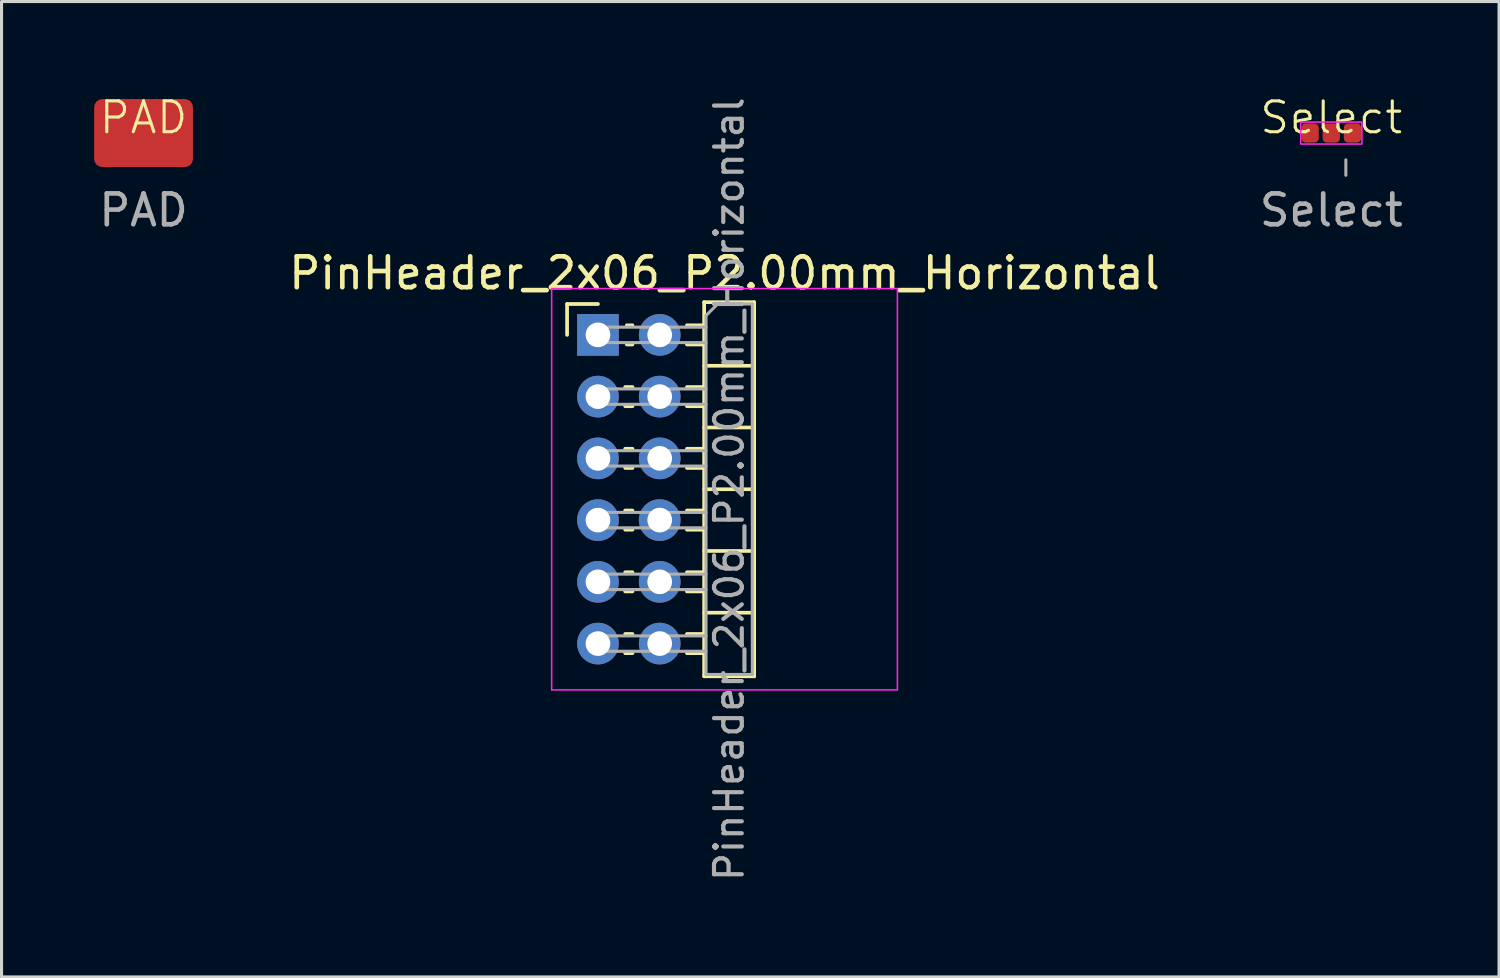
<source format=kicad_pcb>
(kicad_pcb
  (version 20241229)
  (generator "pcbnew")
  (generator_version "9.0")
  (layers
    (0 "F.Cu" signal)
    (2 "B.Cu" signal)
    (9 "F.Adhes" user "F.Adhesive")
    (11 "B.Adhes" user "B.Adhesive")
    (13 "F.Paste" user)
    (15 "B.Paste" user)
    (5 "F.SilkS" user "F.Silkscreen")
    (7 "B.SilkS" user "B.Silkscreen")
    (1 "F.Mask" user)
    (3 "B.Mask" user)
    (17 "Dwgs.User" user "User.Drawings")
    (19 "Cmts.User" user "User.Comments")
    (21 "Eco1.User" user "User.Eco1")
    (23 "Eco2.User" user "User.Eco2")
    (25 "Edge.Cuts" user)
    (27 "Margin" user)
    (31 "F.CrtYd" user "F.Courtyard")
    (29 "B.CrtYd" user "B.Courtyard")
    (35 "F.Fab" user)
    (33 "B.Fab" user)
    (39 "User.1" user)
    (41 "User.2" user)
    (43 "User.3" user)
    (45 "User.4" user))
  (footprint "PinHeader_2x06_P2.00mm_Horizontal"
    (layer "F.Cu")
    (at 16.32 7.798)
    (property "Reference" "PinHeader_2x06_P2.00mm_Horizontal" (at 4.1 -2 0) (layer "F.SilkS") (effects (font (size 1 1) (thickness 0.15))))
    (attr through_hole)
    (fp_line (start -1 -1) (end 0 -1) (stroke (width 0.12) (type solid)) (layer "F.SilkS"))
    (fp_line (start -1 0) (end -1 -1) (stroke (width 0.12) (type solid)) (layer "F.SilkS"))
    (fp_line (start 0.882 1.69) (end 1.118 1.69) (stroke (width 0.12) (type solid)) (layer "F.SilkS"))
    (fp_line (start 0.882 2.31) (end 1.118 2.31) (stroke (width 0.12) (type solid)) (layer "F.SilkS"))
    (fp_line (start 0.882 3.69) (end 1.118 3.69) (stroke (width 0.12) (type solid)) (layer "F.SilkS"))
    (fp_line (start 0.882 4.31) (end 1.118 4.31) (stroke (width 0.12) (type solid)) (layer "F.SilkS"))
    (fp_line (start 0.882 5.69) (end 1.118 5.69) (stroke (width 0.12) (type solid)) (layer "F.SilkS"))
    (fp_line (start 0.882 6.31) (end 1.118 6.31) (stroke (width 0.12) (type solid)) (layer "F.SilkS"))
    (fp_line (start 0.882 7.69) (end 1.118 7.69) (stroke (width 0.12) (type solid)) (layer "F.SilkS"))
    (fp_line (start 0.882 8.31) (end 1.118 8.31) (stroke (width 0.12) (type solid)) (layer "F.SilkS"))
    (fp_line (start 0.882 9.69) (end 1.118 9.69) (stroke (width 0.12) (type solid)) (layer "F.SilkS"))
    (fp_line (start 0.882 10.31) (end 1.118 10.31) (stroke (width 0.12) (type solid)) (layer "F.SilkS"))
    (fp_line (start 0.935 -0.31) (end 1.118 -0.31) (stroke (width 0.12) (type solid)) (layer "F.SilkS"))
    (fp_line (start 0.935 0.31) (end 1.118 0.31) (stroke (width 0.12) (type solid)) (layer "F.SilkS"))
    (fp_line (start 2.882 -0.31) (end 3.44 -0.31) (stroke (width 0.12) (type solid)) (layer "F.SilkS"))
    (fp_line (start 2.882 0.31) (end 3.44 0.31) (stroke (width 0.12) (type solid)) (layer "F.SilkS"))
    (fp_line (start 2.882 1.69) (end 3.44 1.69) (stroke (width 0.12) (type solid)) (layer "F.SilkS"))
    (fp_line (start 2.882 2.31) (end 3.44 2.31) (stroke (width 0.12) (type solid)) (layer "F.SilkS"))
    (fp_line (start 2.882 3.69) (end 3.44 3.69) (stroke (width 0.12) (type solid)) (layer "F.SilkS"))
    (fp_line (start 2.882 4.31) (end 3.44 4.31) (stroke (width 0.12) (type solid)) (layer "F.SilkS"))
    (fp_line (start 2.882 5.69) (end 3.44 5.69) (stroke (width 0.12) (type solid)) (layer "F.SilkS"))
    (fp_line (start 2.882 6.31) (end 3.44 6.31) (stroke (width 0.12) (type solid)) (layer "F.SilkS"))
    (fp_line (start 2.882 7.69) (end 3.44 7.69) (stroke (width 0.12) (type solid)) (layer "F.SilkS"))
    (fp_line (start 2.882 8.31) (end 3.44 8.31) (stroke (width 0.12) (type solid)) (layer "F.SilkS"))
    (fp_line (start 2.882 9.69) (end 3.44 9.69) (stroke (width 0.12) (type solid)) (layer "F.SilkS"))
    (fp_line (start 2.882 10.31) (end 3.44 10.31) (stroke (width 0.12) (type solid)) (layer "F.SilkS"))
    (fp_line (start 3.44 -1.06) (end 3.44 11.06) (stroke (width 0.12) (type solid)) (layer "F.SilkS"))
    (fp_line (start 3.44 1) (end 5.06 1) (stroke (width 0.12) (type solid)) (layer "F.SilkS"))
    (fp_line (start 3.44 3) (end 5.06 3) (stroke (width 0.12) (type solid)) (layer "F.SilkS"))
    (fp_line (start 3.44 5) (end 5.06 5) (stroke (width 0.12) (type solid)) (layer "F.SilkS"))
    (fp_line (start 3.44 7) (end 5.06 7) (stroke (width 0.12) (type solid)) (layer "F.SilkS"))
    (fp_line (start 3.44 9) (end 5.06 9) (stroke (width 0.12) (type solid)) (layer "F.SilkS"))
    (fp_line (start 3.44 11.06) (end 5.06 11.06) (stroke (width 0.12) (type solid)) (layer "F.SilkS"))
    (fp_line (start 5.06 -1.06) (end 3.44 -1.06) (stroke (width 0.12) (type solid)) (layer "F.SilkS"))
    (fp_line (start 5.06 11.06) (end 5.06 -1.06) (stroke (width 0.12) (type solid)) (layer "F.SilkS"))
    (fp_line (start -1.5 -1.5) (end -1.5 11.5) (stroke (width 0.05) (type solid)) (layer "F.CrtYd"))
    (fp_line (start -1.5 11.5) (end 9.7 11.5) (stroke (width 0.05) (type solid)) (layer "F.CrtYd"))
    (fp_line (start 9.7 -1.5) (end -1.5 -1.5) (stroke (width 0.05) (type solid)) (layer "F.CrtYd"))
    (fp_line (start 9.7 11.5) (end 9.7 -1.5) (stroke (width 0.05) (type solid)) (layer "F.CrtYd"))
    (fp_line (start -0.25 -0.25) (end -0.25 0.25) (stroke (width 0.1) (type solid)) (layer "F.Fab"))
    (fp_line (start -0.25 -0.25) (end 3.5 -0.25) (stroke (width 0.1) (type solid)) (layer "F.Fab"))
    (fp_line (start -0.25 0.25) (end 3.5 0.25) (stroke (width 0.1) (type solid)) (layer "F.Fab"))
    (fp_line (start -0.25 1.75) (end -0.25 2.25) (stroke (width 0.1) (type solid)) (layer "F.Fab"))
    (fp_line (start -0.25 1.75) (end 3.5 1.75) (stroke (width 0.1) (type solid)) (layer "F.Fab"))
    (fp_line (start -0.25 2.25) (end 3.5 2.25) (stroke (width 0.1) (type solid)) (layer "F.Fab"))
    (fp_line (start -0.25 3.75) (end -0.25 4.25) (stroke (width 0.1) (type solid)) (layer "F.Fab"))
    (fp_line (start -0.25 3.75) (end 3.5 3.75) (stroke (width 0.1) (type solid)) (layer "F.Fab"))
    (fp_line (start -0.25 4.25) (end 3.5 4.25) (stroke (width 0.1) (type solid)) (layer "F.Fab"))
    (fp_line (start -0.25 5.75) (end -0.25 6.25) (stroke (width 0.1) (type solid)) (layer "F.Fab"))
    (fp_line (start -0.25 5.75) (end 3.5 5.75) (stroke (width 0.1) (type solid)) (layer "F.Fab"))
    (fp_line (start -0.25 6.25) (end 3.5 6.25) (stroke (width 0.1) (type solid)) (layer "F.Fab"))
    (fp_line (start -0.25 7.75) (end -0.25 8.25) (stroke (width 0.1) (type solid)) (layer "F.Fab"))
    (fp_line (start -0.25 7.75) (end 3.5 7.75) (stroke (width 0.1) (type solid)) (layer "F.Fab"))
    (fp_line (start -0.25 8.25) (end 3.5 8.25) (stroke (width 0.1) (type solid)) (layer "F.Fab"))
    (fp_line (start -0.25 9.75) (end -0.25 10.25) (stroke (width 0.1) (type solid)) (layer "F.Fab"))
    (fp_line (start -0.25 9.75) (end 3.5 9.75) (stroke (width 0.1) (type solid)) (layer "F.Fab"))
    (fp_line (start -0.25 10.25) (end 3.5 10.25) (stroke (width 0.1) (type solid)) (layer "F.Fab"))
    (fp_line (start 3.5 -0.625) (end 3.875 -1) (stroke (width 0.1) (type solid)) (layer "F.Fab"))
    (fp_line (start 3.5 11) (end 3.5 -0.625) (stroke (width 0.1) (type solid)) (layer "F.Fab"))
    (fp_line (start 3.875 -1) (end 5 -1) (stroke (width 0.1) (type solid)) (layer "F.Fab"))
    (fp_line (start 5 -1) (end 5 11) (stroke (width 0.1) (type solid)) (layer "F.Fab"))
    (fp_line (start 5 11) (end 3.5 11) (stroke (width 0.1) (type solid)) (layer "F.Fab"))
    (fp_text user "${REFERENCE}" (at 4.25 5 90) (layer "F.Fab") (effects (font (size 0.9 0.9) (thickness 0.135))))
    (pad "1" thru_hole rect (at 0 0) (size 1.35 1.35) (drill 0.8) (layers "*.Cu" "*.Mask"))
    (pad "2" thru_hole oval (at 2 0) (size 1.35 1.35) (drill 0.8) (layers "*.Cu" "*.Mask"))
    (pad "3" thru_hole oval (at 0 2) (size 1.35 1.35) (drill 0.8) (layers "*.Cu" "*.Mask"))
    (pad "4" thru_hole oval (at 2 2) (size 1.35 1.35) (drill 0.8) (layers "*.Cu" "*.Mask"))
    (pad "5" thru_hole oval (at 0 4) (size 1.35 1.35) (drill 0.8) (layers "*.Cu" "*.Mask"))
    (pad "6" thru_hole oval (at 2 4) (size 1.35 1.35) (drill 0.8) (layers "*.Cu" "*.Mask"))
    (pad "7" thru_hole oval (at 0 6) (size 1.35 1.35) (drill 0.8) (layers "*.Cu" "*.Mask"))
    (pad "8" thru_hole oval (at 2 6) (size 1.35 1.35) (drill 0.8) (layers "*.Cu" "*.Mask"))
    (pad "9" thru_hole oval (at 0 8) (size 1.35 1.35) (drill 0.8) (layers "*.Cu" "*.Mask"))
    (pad "10" thru_hole oval (at 2 8) (size 1.35 1.35) (drill 0.8) (layers "*.Cu" "*.Mask"))
    (pad "11" thru_hole oval (at 0 10) (size 1.35 1.35) (drill 0.8) (layers "*.Cu" "*.Mask"))
    (pad "12" thru_hole oval (at 2 10) (size 1.35 1.35) (drill 0.8) (layers "*.Cu" "*.Mask")))
  (footprint "PAD"
    (layer "F.Cu")
    (at 1.6 1.26)
    (property "Reference" "PAD" (at 0 -0.5 0) (unlocked yes) (layer "F.SilkS") (effects (font (size 1 1) (thickness 0.1))))
    (attr smd)
    (fp_text user "${REFERENCE}" (at 0 2.5 0) (unlocked yes) (layer "F.Fab") (effects (font (size 1 1) (thickness 0.15))))
    (pad "1" smd roundrect (at 0 0) (size 3.2 2.2) (layers "F.Cu" "F.Mask" "F.Paste") (roundrect_rratio 0.119)))
  (footprint "Select"
    (layer "F.Cu")
    (at 40.075 1.26)
    (property "Reference" "Select" (at 0 -0.5 0) (unlocked yes) (layer "F.SilkS") (effects (font (size 1 1) (thickness 0.1))))
    (attr smd)
    (fp_rect (start -0.991 -0.356) (end 0.991 0.356) (stroke (width 0.05) (type default)) (fill no) (layer "F.CrtYd"))
    (fp_line (start 0.472 0.868) (end 0.472 1.368) (stroke (width 0.1) (type solid)) (layer "F.Fab"))
    (fp_text user "${REFERENCE}" (at 0 2.5 0) (unlocked yes) (layer "F.Fab") (effects (font (size 1 1) (thickness 0.15))))
    (pad "1" smd roundrect (at -0.686 0) (size 0.56 0.62) (layers "F.Cu" "F.Mask" "F.Paste") (roundrect_rratio 0.25))
    (pad "2" smd roundrect (at 0 0) (size 0.56 0.62) (layers "F.Cu" "F.Mask" "F.Paste") (roundrect_rratio 0.25))
    (pad "3" smd roundrect (at 0.686 0) (size 0.56 0.62) (layers "F.Cu" "F.Mask" "F.Paste") (roundrect_rratio 0.25)))
  (gr_rect
    (start -3 -3)
    (end 45.51 28.596)
    (stroke (width 0.1) (type default))
    (fill no)
    (layer "Edge.Cuts")))
</source>
